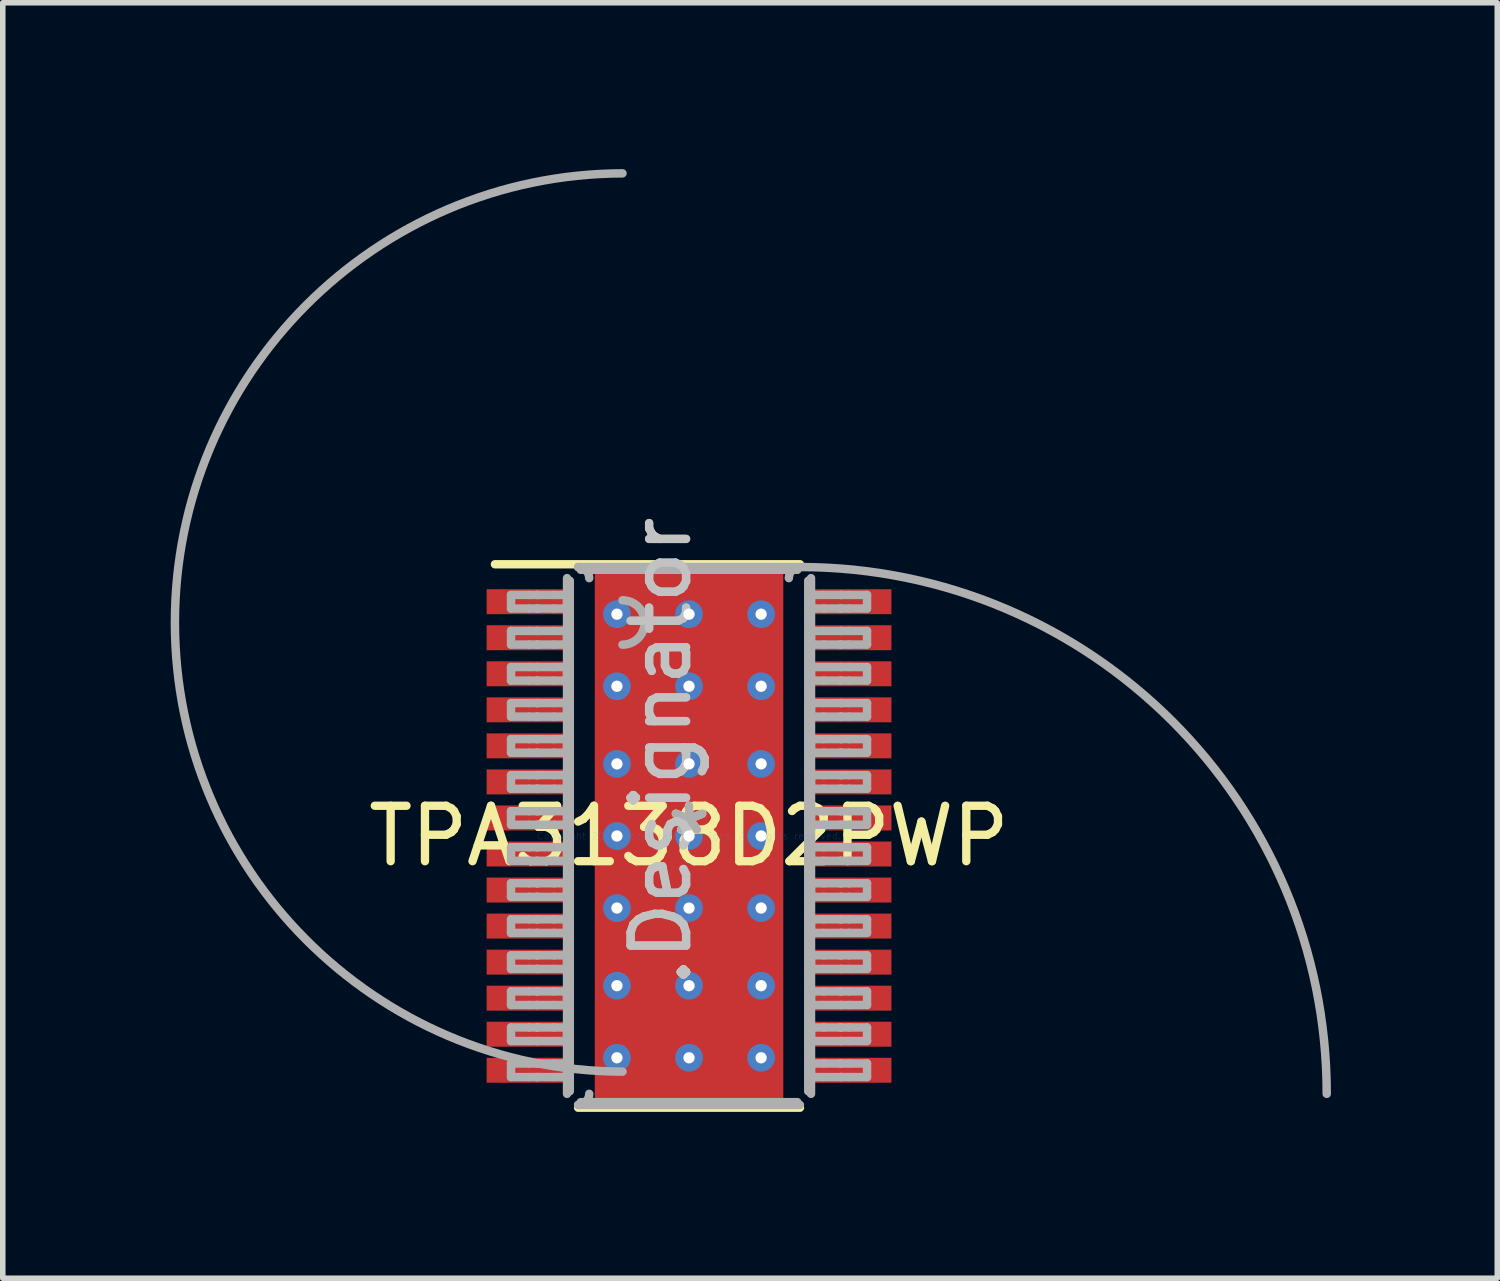
<source format=kicad_pcb>
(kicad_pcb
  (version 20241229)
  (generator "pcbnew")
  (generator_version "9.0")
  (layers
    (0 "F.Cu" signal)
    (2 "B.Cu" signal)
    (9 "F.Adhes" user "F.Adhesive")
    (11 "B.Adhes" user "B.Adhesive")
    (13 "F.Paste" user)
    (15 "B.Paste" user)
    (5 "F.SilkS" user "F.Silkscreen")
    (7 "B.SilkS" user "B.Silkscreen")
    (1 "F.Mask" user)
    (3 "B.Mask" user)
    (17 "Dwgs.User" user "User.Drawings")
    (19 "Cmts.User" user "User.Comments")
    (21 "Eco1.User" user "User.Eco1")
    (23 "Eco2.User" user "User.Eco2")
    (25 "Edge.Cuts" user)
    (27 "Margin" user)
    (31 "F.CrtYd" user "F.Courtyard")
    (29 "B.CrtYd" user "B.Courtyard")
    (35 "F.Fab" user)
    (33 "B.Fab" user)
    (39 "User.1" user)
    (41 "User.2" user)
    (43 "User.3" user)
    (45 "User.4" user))
  (footprint "TPA3138D2PWP"
    (layer "F.Cu")
    (at 9.376 12.026)
    (property "Reference" "TPA3138D2PWP" (at 0 0 0) (layer "F.SilkS") (effects (font (size 1 1) (thickness 0.15))))
    (attr through_hole)
    (fp_line (start -1.17 -1.473) (end -1.169 -1.482) (stroke (width 0.152) (type solid)) (layer "F.Mask"))
    (fp_line (start -1.17 1.473) (end -1.17 -1.473) (stroke (width 0.152) (type solid)) (layer "F.Mask"))
    (fp_line (start -1.169 -1.482) (end -1.166 -1.491) (stroke (width 0.152) (type solid)) (layer "F.Mask"))
    (fp_line (start -1.169 1.482) (end -1.17 1.473) (stroke (width 0.152) (type solid)) (layer "F.Mask"))
    (fp_line (start -1.166 -1.491) (end -1.162 -1.499) (stroke (width 0.152) (type solid)) (layer "F.Mask"))
    (fp_line (start -1.166 1.491) (end -1.169 1.482) (stroke (width 0.152) (type solid)) (layer "F.Mask"))
    (fp_line (start -1.162 -1.499) (end -1.156 -1.506) (stroke (width 0.152) (type solid)) (layer "F.Mask"))
    (fp_line (start -1.162 1.499) (end -1.166 1.491) (stroke (width 0.152) (type solid)) (layer "F.Mask"))
    (fp_line (start -1.156 -1.506) (end -1.149 -1.512) (stroke (width 0.152) (type solid)) (layer "F.Mask"))
    (fp_line (start -1.156 1.506) (end -1.162 1.499) (stroke (width 0.152) (type solid)) (layer "F.Mask"))
    (fp_line (start -1.149 -1.512) (end -1.141 -1.516) (stroke (width 0.152) (type solid)) (layer "F.Mask"))
    (fp_line (start -1.149 1.512) (end -1.156 1.506) (stroke (width 0.152) (type solid)) (layer "F.Mask"))
    (fp_line (start -1.141 -1.516) (end -1.132 -1.519) (stroke (width 0.152) (type solid)) (layer "F.Mask"))
    (fp_line (start -1.141 1.516) (end -1.149 1.512) (stroke (width 0.152) (type solid)) (layer "F.Mask"))
    (fp_line (start -1.132 -1.519) (end -1.123 -1.52) (stroke (width 0.152) (type solid)) (layer "F.Mask"))
    (fp_line (start -1.132 1.519) (end -1.141 1.516) (stroke (width 0.152) (type solid)) (layer "F.Mask"))
    (fp_line (start -1.123 -1.52) (end 1.123 -1.52) (stroke (width 0.152) (type solid)) (layer "F.Mask"))
    (fp_line (start -1.123 1.52) (end -1.132 1.519) (stroke (width 0.152) (type solid)) (layer "F.Mask"))
    (fp_line (start 1.123 -1.52) (end 1.132 -1.519) (stroke (width 0.152) (type solid)) (layer "F.Mask"))
    (fp_line (start 1.123 1.52) (end -1.123 1.52) (stroke (width 0.152) (type solid)) (layer "F.Mask"))
    (fp_line (start 1.132 -1.519) (end 1.141 -1.516) (stroke (width 0.152) (type solid)) (layer "F.Mask"))
    (fp_line (start 1.132 1.519) (end 1.123 1.52) (stroke (width 0.152) (type solid)) (layer "F.Mask"))
    (fp_line (start 1.141 -1.516) (end 1.149 -1.512) (stroke (width 0.152) (type solid)) (layer "F.Mask"))
    (fp_line (start 1.141 1.516) (end 1.132 1.519) (stroke (width 0.152) (type solid)) (layer "F.Mask"))
    (fp_line (start 1.149 -1.512) (end 1.156 -1.506) (stroke (width 0.152) (type solid)) (layer "F.Mask"))
    (fp_line (start 1.149 1.512) (end 1.141 1.516) (stroke (width 0.152) (type solid)) (layer "F.Mask"))
    (fp_line (start 1.156 -1.506) (end 1.162 -1.499) (stroke (width 0.152) (type solid)) (layer "F.Mask"))
    (fp_line (start 1.156 1.506) (end 1.149 1.512) (stroke (width 0.152) (type solid)) (layer "F.Mask"))
    (fp_line (start 1.162 -1.499) (end 1.166 -1.491) (stroke (width 0.152) (type solid)) (layer "F.Mask"))
    (fp_line (start 1.162 1.499) (end 1.156 1.506) (stroke (width 0.152) (type solid)) (layer "F.Mask"))
    (fp_line (start 1.166 -1.491) (end 1.169 -1.482) (stroke (width 0.152) (type solid)) (layer "F.Mask"))
    (fp_line (start 1.166 1.491) (end 1.162 1.499) (stroke (width 0.152) (type solid)) (layer "F.Mask"))
    (fp_line (start 1.169 -1.482) (end 1.17 -1.473) (stroke (width 0.152) (type solid)) (layer "F.Mask"))
    (fp_line (start 1.169 1.482) (end 1.166 1.491) (stroke (width 0.152) (type solid)) (layer "F.Mask"))
    (fp_line (start 1.17 -1.473) (end 1.17 1.473) (stroke (width 0.152) (type solid)) (layer "F.Mask"))
    (fp_line (start 1.17 1.473) (end 1.169 1.482) (stroke (width 0.152) (type solid)) (layer "F.Mask"))
    (fp_line (start -3.5 -4.9) (end 2 -4.9) (stroke (width 0.152) (type solid)) (layer "F.SilkS"))
    (fp_line (start -2 4.9) (end 2 4.9) (stroke (width 0.152) (type solid)) (layer "F.SilkS"))
    (fp_line (start -1.17 -1.473) (end -1.169 -1.482) (stroke (width 0.152) (type solid)) (layer "F.Paste"))
    (fp_line (start -1.17 1.473) (end -1.17 -1.473) (stroke (width 0.152) (type solid)) (layer "F.Paste"))
    (fp_line (start -1.169 -1.482) (end -1.166 -1.491) (stroke (width 0.152) (type solid)) (layer "F.Paste"))
    (fp_line (start -1.169 1.482) (end -1.17 1.473) (stroke (width 0.152) (type solid)) (layer "F.Paste"))
    (fp_line (start -1.166 -1.491) (end -1.162 -1.499) (stroke (width 0.152) (type solid)) (layer "F.Paste"))
    (fp_line (start -1.166 1.491) (end -1.169 1.482) (stroke (width 0.152) (type solid)) (layer "F.Paste"))
    (fp_line (start -1.162 -1.499) (end -1.156 -1.506) (stroke (width 0.152) (type solid)) (layer "F.Paste"))
    (fp_line (start -1.162 1.499) (end -1.166 1.491) (stroke (width 0.152) (type solid)) (layer "F.Paste"))
    (fp_line (start -1.156 -1.506) (end -1.149 -1.512) (stroke (width 0.152) (type solid)) (layer "F.Paste"))
    (fp_line (start -1.156 1.506) (end -1.162 1.499) (stroke (width 0.152) (type solid)) (layer "F.Paste"))
    (fp_line (start -1.149 -1.512) (end -1.141 -1.516) (stroke (width 0.152) (type solid)) (layer "F.Paste"))
    (fp_line (start -1.149 1.512) (end -1.156 1.506) (stroke (width 0.152) (type solid)) (layer "F.Paste"))
    (fp_line (start -1.141 -1.516) (end -1.132 -1.519) (stroke (width 0.152) (type solid)) (layer "F.Paste"))
    (fp_line (start -1.141 1.516) (end -1.149 1.512) (stroke (width 0.152) (type solid)) (layer "F.Paste"))
    (fp_line (start -1.132 -1.519) (end -1.123 -1.52) (stroke (width 0.152) (type solid)) (layer "F.Paste"))
    (fp_line (start -1.132 1.519) (end -1.141 1.516) (stroke (width 0.152) (type solid)) (layer "F.Paste"))
    (fp_line (start -1.123 -1.52) (end 1.123 -1.52) (stroke (width 0.152) (type solid)) (layer "F.Paste"))
    (fp_line (start -1.123 1.52) (end -1.132 1.519) (stroke (width 0.152) (type solid)) (layer "F.Paste"))
    (fp_line (start 1.123 -1.52) (end 1.132 -1.519) (stroke (width 0.152) (type solid)) (layer "F.Paste"))
    (fp_line (start 1.123 1.52) (end -1.123 1.52) (stroke (width 0.152) (type solid)) (layer "F.Paste"))
    (fp_line (start 1.132 -1.519) (end 1.141 -1.516) (stroke (width 0.152) (type solid)) (layer "F.Paste"))
    (fp_line (start 1.132 1.519) (end 1.123 1.52) (stroke (width 0.152) (type solid)) (layer "F.Paste"))
    (fp_line (start 1.141 -1.516) (end 1.149 -1.512) (stroke (width 0.152) (type solid)) (layer "F.Paste"))
    (fp_line (start 1.141 1.516) (end 1.132 1.519) (stroke (width 0.152) (type solid)) (layer "F.Paste"))
    (fp_line (start 1.149 -1.512) (end 1.156 -1.506) (stroke (width 0.152) (type solid)) (layer "F.Paste"))
    (fp_line (start 1.149 1.512) (end 1.141 1.516) (stroke (width 0.152) (type solid)) (layer "F.Paste"))
    (fp_line (start 1.156 -1.506) (end 1.162 -1.499) (stroke (width 0.152) (type solid)) (layer "F.Paste"))
    (fp_line (start 1.156 1.506) (end 1.149 1.512) (stroke (width 0.152) (type solid)) (layer "F.Paste"))
    (fp_line (start 1.162 -1.499) (end 1.166 -1.491) (stroke (width 0.152) (type solid)) (layer "F.Paste"))
    (fp_line (start 1.162 1.499) (end 1.156 1.506) (stroke (width 0.152) (type solid)) (layer "F.Paste"))
    (fp_line (start 1.166 -1.491) (end 1.169 -1.482) (stroke (width 0.152) (type solid)) (layer "F.Paste"))
    (fp_line (start 1.166 1.491) (end 1.162 1.499) (stroke (width 0.152) (type solid)) (layer "F.Paste"))
    (fp_line (start 1.169 -1.482) (end 1.17 -1.473) (stroke (width 0.152) (type solid)) (layer "F.Paste"))
    (fp_line (start 1.169 1.482) (end 1.166 1.491) (stroke (width 0.152) (type solid)) (layer "F.Paste"))
    (fp_line (start 1.17 -1.473) (end 1.17 1.473) (stroke (width 0.152) (type solid)) (layer "F.Paste"))
    (fp_line (start 1.17 1.473) (end 1.169 1.482) (stroke (width 0.152) (type solid)) (layer "F.Paste"))
    (fp_line (start -3.21 -4.347) (end -2.887 -4.347) (stroke (width 0.152) (type solid)) (layer "F.Fab"))
    (fp_line (start -3.21 -4.102) (end -3.21 -4.347) (stroke (width 0.152) (type solid)) (layer "F.Fab"))
    (fp_line (start -3.21 -4.102) (end -2.887 -4.102) (stroke (width 0.152) (type solid)) (layer "F.Fab"))
    (fp_line (start -3.21 -3.698) (end -2.887 -3.698) (stroke (width 0.152) (type solid)) (layer "F.Fab"))
    (fp_line (start -3.21 -3.452) (end -3.21 -3.698) (stroke (width 0.152) (type solid)) (layer "F.Fab"))
    (fp_line (start -3.21 -3.452) (end -2.887 -3.452) (stroke (width 0.152) (type solid)) (layer "F.Fab"))
    (fp_line (start -3.21 -3.047) (end -2.887 -3.047) (stroke (width 0.152) (type solid)) (layer "F.Fab"))
    (fp_line (start -3.21 -2.802) (end -3.21 -3.047) (stroke (width 0.152) (type solid)) (layer "F.Fab"))
    (fp_line (start -3.21 -2.802) (end -2.887 -2.802) (stroke (width 0.152) (type solid)) (layer "F.Fab"))
    (fp_line (start -3.21 -2.397) (end -2.887 -2.397) (stroke (width 0.152) (type solid)) (layer "F.Fab"))
    (fp_line (start -3.21 -2.152) (end -3.21 -2.397) (stroke (width 0.152) (type solid)) (layer "F.Fab"))
    (fp_line (start -3.21 -2.152) (end -2.887 -2.152) (stroke (width 0.152) (type solid)) (layer "F.Fab"))
    (fp_line (start -3.21 -1.747) (end -2.887 -1.747) (stroke (width 0.152) (type solid)) (layer "F.Fab"))
    (fp_line (start -3.21 -1.502) (end -3.21 -1.747) (stroke (width 0.152) (type solid)) (layer "F.Fab"))
    (fp_line (start -3.21 -1.502) (end -2.887 -1.502) (stroke (width 0.152) (type solid)) (layer "F.Fab"))
    (fp_line (start -3.21 -1.097) (end -2.887 -1.097) (stroke (width 0.152) (type solid)) (layer "F.Fab"))
    (fp_line (start -3.21 -0.852) (end -3.21 -1.097) (stroke (width 0.152) (type solid)) (layer "F.Fab"))
    (fp_line (start -3.21 -0.852) (end -2.887 -0.852) (stroke (width 0.152) (type solid)) (layer "F.Fab"))
    (fp_line (start -3.21 -0.447) (end -2.887 -0.447) (stroke (width 0.152) (type solid)) (layer "F.Fab"))
    (fp_line (start -3.21 -0.202) (end -3.21 -0.447) (stroke (width 0.152) (type solid)) (layer "F.Fab"))
    (fp_line (start -3.21 -0.202) (end -2.887 -0.202) (stroke (width 0.152) (type solid)) (layer "F.Fab"))
    (fp_line (start -3.21 0.203) (end -2.887 0.203) (stroke (width 0.152) (type solid)) (layer "F.Fab"))
    (fp_line (start -3.21 0.448) (end -3.21 0.203) (stroke (width 0.152) (type solid)) (layer "F.Fab"))
    (fp_line (start -3.21 0.448) (end -2.887 0.448) (stroke (width 0.152) (type solid)) (layer "F.Fab"))
    (fp_line (start -3.21 0.853) (end -2.887 0.853) (stroke (width 0.152) (type solid)) (layer "F.Fab"))
    (fp_line (start -3.21 1.098) (end -3.21 0.853) (stroke (width 0.152) (type solid)) (layer "F.Fab"))
    (fp_line (start -3.21 1.098) (end -2.887 1.098) (stroke (width 0.152) (type solid)) (layer "F.Fab"))
    (fp_line (start -3.21 1.503) (end -2.887 1.503) (stroke (width 0.152) (type solid)) (layer "F.Fab"))
    (fp_line (start -3.21 1.748) (end -3.21 1.503) (stroke (width 0.152) (type solid)) (layer "F.Fab"))
    (fp_line (start -3.21 1.748) (end -2.887 1.748) (stroke (width 0.152) (type solid)) (layer "F.Fab"))
    (fp_line (start -3.21 2.152) (end -2.887 2.152) (stroke (width 0.152) (type solid)) (layer "F.Fab"))
    (fp_line (start -3.21 2.398) (end -3.21 2.152) (stroke (width 0.152) (type solid)) (layer "F.Fab"))
    (fp_line (start -3.21 2.398) (end -2.887 2.398) (stroke (width 0.152) (type solid)) (layer "F.Fab"))
    (fp_line (start -3.21 2.803) (end -2.887 2.803) (stroke (width 0.152) (type solid)) (layer "F.Fab"))
    (fp_line (start -3.21 3.048) (end -3.21 2.803) (stroke (width 0.152) (type solid)) (layer "F.Fab"))
    (fp_line (start -3.21 3.048) (end -2.887 3.048) (stroke (width 0.152) (type solid)) (layer "F.Fab"))
    (fp_line (start -3.21 3.453) (end -2.887 3.453) (stroke (width 0.152) (type solid)) (layer "F.Fab"))
    (fp_line (start -3.21 3.698) (end -3.21 3.453) (stroke (width 0.152) (type solid)) (layer "F.Fab"))
    (fp_line (start -3.21 3.698) (end -2.887 3.698) (stroke (width 0.152) (type solid)) (layer "F.Fab"))
    (fp_line (start -3.21 4.103) (end -2.887 4.103) (stroke (width 0.152) (type solid)) (layer "F.Fab"))
    (fp_line (start -3.21 4.348) (end -3.21 4.103) (stroke (width 0.152) (type solid)) (layer "F.Fab"))
    (fp_line (start -3.21 4.348) (end -2.887 4.348) (stroke (width 0.152) (type solid)) (layer "F.Fab"))
    (fp_line (start -2.887 -4.347) (end -2.739 -4.347) (stroke (width 0.152) (type solid)) (layer "F.Fab"))
    (fp_line (start -2.887 -4.102) (end -2.739 -4.102) (stroke (width 0.152) (type solid)) (layer "F.Fab"))
    (fp_line (start -2.887 -3.698) (end -2.739 -3.698) (stroke (width 0.152) (type solid)) (layer "F.Fab"))
    (fp_line (start -2.887 -3.452) (end -2.739 -3.452) (stroke (width 0.152) (type solid)) (layer "F.Fab"))
    (fp_line (start -2.887 -3.047) (end -2.739 -3.047) (stroke (width 0.152) (type solid)) (layer "F.Fab"))
    (fp_line (start -2.887 -2.802) (end -2.739 -2.802) (stroke (width 0.152) (type solid)) (layer "F.Fab"))
    (fp_line (start -2.887 -2.397) (end -2.739 -2.397) (stroke (width 0.152) (type solid)) (layer "F.Fab"))
    (fp_line (start -2.887 -2.152) (end -2.739 -2.152) (stroke (width 0.152) (type solid)) (layer "F.Fab"))
    (fp_line (start -2.887 -1.747) (end -2.739 -1.747) (stroke (width 0.152) (type solid)) (layer "F.Fab"))
    (fp_line (start -2.887 -1.502) (end -2.739 -1.502) (stroke (width 0.152) (type solid)) (layer "F.Fab"))
    (fp_line (start -2.887 -1.097) (end -2.739 -1.097) (stroke (width 0.152) (type solid)) (layer "F.Fab"))
    (fp_line (start -2.887 -0.852) (end -2.739 -0.852) (stroke (width 0.152) (type solid)) (layer "F.Fab"))
    (fp_line (start -2.887 -0.447) (end -2.739 -0.447) (stroke (width 0.152) (type solid)) (layer "F.Fab"))
    (fp_line (start -2.887 -0.202) (end -2.739 -0.202) (stroke (width 0.152) (type solid)) (layer "F.Fab"))
    (fp_line (start -2.887 0.203) (end -2.739 0.203) (stroke (width 0.152) (type solid)) (layer "F.Fab"))
    (fp_line (start -2.887 0.448) (end -2.739 0.448) (stroke (width 0.152) (type solid)) (layer "F.Fab"))
    (fp_line (start -2.887 0.853) (end -2.739 0.853) (stroke (width 0.152) (type solid)) (layer "F.Fab"))
    (fp_line (start -2.887 1.098) (end -2.739 1.098) (stroke (width 0.152) (type solid)) (layer "F.Fab"))
    (fp_line (start -2.887 1.503) (end -2.739 1.503) (stroke (width 0.152) (type solid)) (layer "F.Fab"))
    (fp_line (start -2.887 1.748) (end -2.739 1.748) (stroke (width 0.152) (type solid)) (layer "F.Fab"))
    (fp_line (start -2.887 2.152) (end -2.739 2.152) (stroke (width 0.152) (type solid)) (layer "F.Fab"))
    (fp_line (start -2.887 2.398) (end -2.739 2.398) (stroke (width 0.152) (type solid)) (layer "F.Fab"))
    (fp_line (start -2.887 2.803) (end -2.739 2.803) (stroke (width 0.152) (type solid)) (layer "F.Fab"))
    (fp_line (start -2.887 3.048) (end -2.739 3.048) (stroke (width 0.152) (type solid)) (layer "F.Fab"))
    (fp_line (start -2.887 3.453) (end -2.739 3.453) (stroke (width 0.152) (type solid)) (layer "F.Fab"))
    (fp_line (start -2.887 3.698) (end -2.739 3.698) (stroke (width 0.152) (type solid)) (layer "F.Fab"))
    (fp_line (start -2.887 4.103) (end -2.739 4.103) (stroke (width 0.152) (type solid)) (layer "F.Fab"))
    (fp_line (start -2.887 4.348) (end -2.739 4.348) (stroke (width 0.152) (type solid)) (layer "F.Fab"))
    (fp_line (start -2.739 -4.347) (end -2.733 -4.347) (stroke (width 0.152) (type solid)) (layer "F.Fab"))
    (fp_line (start -2.739 -4.102) (end -2.733 -4.102) (stroke (width 0.152) (type solid)) (layer "F.Fab"))
    (fp_line (start -2.739 -3.698) (end -2.733 -3.698) (stroke (width 0.152) (type solid)) (layer "F.Fab"))
    (fp_line (start -2.739 -3.452) (end -2.733 -3.452) (stroke (width 0.152) (type solid)) (layer "F.Fab"))
    (fp_line (start -2.739 -3.047) (end -2.733 -3.047) (stroke (width 0.152) (type solid)) (layer "F.Fab"))
    (fp_line (start -2.739 -2.802) (end -2.733 -2.802) (stroke (width 0.152) (type solid)) (layer "F.Fab"))
    (fp_line (start -2.739 -2.397) (end -2.733 -2.397) (stroke (width 0.152) (type solid)) (layer "F.Fab"))
    (fp_line (start -2.739 -2.152) (end -2.733 -2.152) (stroke (width 0.152) (type solid)) (layer "F.Fab"))
    (fp_line (start -2.739 -1.747) (end -2.733 -1.747) (stroke (width 0.152) (type solid)) (layer "F.Fab"))
    (fp_line (start -2.739 -1.502) (end -2.733 -1.502) (stroke (width 0.152) (type solid)) (layer "F.Fab"))
    (fp_line (start -2.739 -1.097) (end -2.733 -1.097) (stroke (width 0.152) (type solid)) (layer "F.Fab"))
    (fp_line (start -2.739 -0.852) (end -2.733 -0.852) (stroke (width 0.152) (type solid)) (layer "F.Fab"))
    (fp_line (start -2.739 -0.447) (end -2.733 -0.447) (stroke (width 0.152) (type solid)) (layer "F.Fab"))
    (fp_line (start -2.739 -0.202) (end -2.733 -0.202) (stroke (width 0.152) (type solid)) (layer "F.Fab"))
    (fp_line (start -2.739 0.203) (end -2.733 0.203) (stroke (width 0.152) (type solid)) (layer "F.Fab"))
    (fp_line (start -2.739 0.448) (end -2.733 0.448) (stroke (width 0.152) (type solid)) (layer "F.Fab"))
    (fp_line (start -2.739 0.853) (end -2.733 0.853) (stroke (width 0.152) (type solid)) (layer "F.Fab"))
    (fp_line (start -2.739 1.098) (end -2.733 1.098) (stroke (width 0.152) (type solid)) (layer "F.Fab"))
    (fp_line (start -2.739 1.503) (end -2.733 1.503) (stroke (width 0.152) (type solid)) (layer "F.Fab"))
    (fp_line (start -2.739 1.748) (end -2.733 1.748) (stroke (width 0.152) (type solid)) (layer "F.Fab"))
    (fp_line (start -2.739 2.152) (end -2.733 2.152) (stroke (width 0.152) (type solid)) (layer "F.Fab"))
    (fp_line (start -2.739 2.398) (end -2.733 2.398) (stroke (width 0.152) (type solid)) (layer "F.Fab"))
    (fp_line (start -2.739 2.803) (end -2.733 2.803) (stroke (width 0.152) (type solid)) (layer "F.Fab"))
    (fp_line (start -2.739 3.048) (end -2.733 3.048) (stroke (width 0.152) (type solid)) (layer "F.Fab"))
    (fp_line (start -2.739 3.453) (end -2.733 3.453) (stroke (width 0.152) (type solid)) (layer "F.Fab"))
    (fp_line (start -2.739 3.698) (end -2.733 3.698) (stroke (width 0.152) (type solid)) (layer "F.Fab"))
    (fp_line (start -2.739 4.103) (end -2.733 4.103) (stroke (width 0.152) (type solid)) (layer "F.Fab"))
    (fp_line (start -2.739 4.348) (end -2.733 4.348) (stroke (width 0.152) (type solid)) (layer "F.Fab"))
    (fp_line (start -2.733 -4.347) (end -2.431 -4.347) (stroke (width 0.152) (type solid)) (layer "F.Fab"))
    (fp_line (start -2.733 -4.102) (end -2.431 -4.102) (stroke (width 0.152) (type solid)) (layer "F.Fab"))
    (fp_line (start -2.733 -3.698) (end -2.431 -3.698) (stroke (width 0.152) (type solid)) (layer "F.Fab"))
    (fp_line (start -2.733 -3.452) (end -2.431 -3.452) (stroke (width 0.152) (type solid)) (layer "F.Fab"))
    (fp_line (start -2.733 -3.047) (end -2.431 -3.047) (stroke (width 0.152) (type solid)) (layer "F.Fab"))
    (fp_line (start -2.733 -2.802) (end -2.431 -2.802) (stroke (width 0.152) (type solid)) (layer "F.Fab"))
    (fp_line (start -2.733 -2.397) (end -2.431 -2.397) (stroke (width 0.152) (type solid)) (layer "F.Fab"))
    (fp_line (start -2.733 -2.152) (end -2.431 -2.152) (stroke (width 0.152) (type solid)) (layer "F.Fab"))
    (fp_line (start -2.733 -1.747) (end -2.431 -1.747) (stroke (width 0.152) (type solid)) (layer "F.Fab"))
    (fp_line (start -2.733 -1.502) (end -2.431 -1.502) (stroke (width 0.152) (type solid)) (layer "F.Fab"))
    (fp_line (start -2.733 -1.097) (end -2.431 -1.097) (stroke (width 0.152) (type solid)) (layer "F.Fab"))
    (fp_line (start -2.733 -0.852) (end -2.431 -0.852) (stroke (width 0.152) (type solid)) (layer "F.Fab"))
    (fp_line (start -2.733 -0.447) (end -2.431 -0.447) (stroke (width 0.152) (type solid)) (layer "F.Fab"))
    (fp_line (start -2.733 -0.202) (end -2.431 -0.202) (stroke (width 0.152) (type solid)) (layer "F.Fab"))
    (fp_line (start -2.733 0.203) (end -2.431 0.203) (stroke (width 0.152) (type solid)) (layer "F.Fab"))
    (fp_line (start -2.733 0.448) (end -2.431 0.448) (stroke (width 0.152) (type solid)) (layer "F.Fab"))
    (fp_line (start -2.733 0.853) (end -2.431 0.853) (stroke (width 0.152) (type solid)) (layer "F.Fab"))
    (fp_line (start -2.733 1.098) (end -2.431 1.098) (stroke (width 0.152) (type solid)) (layer "F.Fab"))
    (fp_line (start -2.733 1.503) (end -2.431 1.503) (stroke (width 0.152) (type solid)) (layer "F.Fab"))
    (fp_line (start -2.733 1.748) (end -2.431 1.748) (stroke (width 0.152) (type solid)) (layer "F.Fab"))
    (fp_line (start -2.733 2.152) (end -2.431 2.152) (stroke (width 0.152) (type solid)) (layer "F.Fab"))
    (fp_line (start -2.733 2.398) (end -2.431 2.398) (stroke (width 0.152) (type solid)) (layer "F.Fab"))
    (fp_line (start -2.733 2.803) (end -2.431 2.803) (stroke (width 0.152) (type solid)) (layer "F.Fab"))
    (fp_line (start -2.733 3.048) (end -2.431 3.048) (stroke (width 0.152) (type solid)) (layer "F.Fab"))
    (fp_line (start -2.733 3.453) (end -2.431 3.453) (stroke (width 0.152) (type solid)) (layer "F.Fab"))
    (fp_line (start -2.733 3.698) (end -2.431 3.698) (stroke (width 0.152) (type solid)) (layer "F.Fab"))
    (fp_line (start -2.733 4.103) (end -2.431 4.103) (stroke (width 0.152) (type solid)) (layer "F.Fab"))
    (fp_line (start -2.733 4.348) (end -2.431 4.348) (stroke (width 0.152) (type solid)) (layer "F.Fab"))
    (fp_line (start -2.431 -4.347) (end -2.2 -4.347) (stroke (width 0.152) (type solid)) (layer "F.Fab"))
    (fp_line (start -2.431 -4.102) (end -2.2 -4.102) (stroke (width 0.152) (type solid)) (layer "F.Fab"))
    (fp_line (start -2.431 -3.698) (end -2.2 -3.698) (stroke (width 0.152) (type solid)) (layer "F.Fab"))
    (fp_line (start -2.431 -3.452) (end -2.2 -3.452) (stroke (width 0.152) (type solid)) (layer "F.Fab"))
    (fp_line (start -2.431 -3.047) (end -2.2 -3.047) (stroke (width 0.152) (type solid)) (layer "F.Fab"))
    (fp_line (start -2.431 -2.802) (end -2.2 -2.802) (stroke (width 0.152) (type solid)) (layer "F.Fab"))
    (fp_line (start -2.431 -2.397) (end -2.2 -2.397) (stroke (width 0.152) (type solid)) (layer "F.Fab"))
    (fp_line (start -2.431 -2.152) (end -2.2 -2.152) (stroke (width 0.152) (type solid)) (layer "F.Fab"))
    (fp_line (start -2.431 -1.747) (end -2.2 -1.747) (stroke (width 0.152) (type solid)) (layer "F.Fab"))
    (fp_line (start -2.431 -1.502) (end -2.2 -1.502) (stroke (width 0.152) (type solid)) (layer "F.Fab"))
    (fp_line (start -2.431 -1.097) (end -2.2 -1.097) (stroke (width 0.152) (type solid)) (layer "F.Fab"))
    (fp_line (start -2.431 -0.852) (end -2.2 -0.852) (stroke (width 0.152) (type solid)) (layer "F.Fab"))
    (fp_line (start -2.431 -0.447) (end -2.2 -0.447) (stroke (width 0.152) (type solid)) (layer "F.Fab"))
    (fp_line (start -2.431 -0.202) (end -2.2 -0.202) (stroke (width 0.152) (type solid)) (layer "F.Fab"))
    (fp_line (start -2.431 0.203) (end -2.2 0.203) (stroke (width 0.152) (type solid)) (layer "F.Fab"))
    (fp_line (start -2.431 0.448) (end -2.2 0.448) (stroke (width 0.152) (type solid)) (layer "F.Fab"))
    (fp_line (start -2.431 0.853) (end -2.2 0.853) (stroke (width 0.152) (type solid)) (layer "F.Fab"))
    (fp_line (start -2.431 1.098) (end -2.2 1.098) (stroke (width 0.152) (type solid)) (layer "F.Fab"))
    (fp_line (start -2.431 1.503) (end -2.2 1.503) (stroke (width 0.152) (type solid)) (layer "F.Fab"))
    (fp_line (start -2.431 1.748) (end -2.2 1.748) (stroke (width 0.152) (type solid)) (layer "F.Fab"))
    (fp_line (start -2.431 2.152) (end -2.2 2.152) (stroke (width 0.152) (type solid)) (layer "F.Fab"))
    (fp_line (start -2.431 2.398) (end -2.2 2.398) (stroke (width 0.152) (type solid)) (layer "F.Fab"))
    (fp_line (start -2.431 2.803) (end -2.2 2.803) (stroke (width 0.152) (type solid)) (layer "F.Fab"))
    (fp_line (start -2.431 3.048) (end -2.2 3.048) (stroke (width 0.152) (type solid)) (layer "F.Fab"))
    (fp_line (start -2.431 3.453) (end -2.2 3.453) (stroke (width 0.152) (type solid)) (layer "F.Fab"))
    (fp_line (start -2.431 3.698) (end -2.2 3.698) (stroke (width 0.152) (type solid)) (layer "F.Fab"))
    (fp_line (start -2.431 4.103) (end -2.2 4.103) (stroke (width 0.152) (type solid)) (layer "F.Fab"))
    (fp_line (start -2.431 4.348) (end -2.2 4.348) (stroke (width 0.152) (type solid)) (layer "F.Fab"))
    (fp_line (start -2.2 -4.102) (end -2.2 -4.347) (stroke (width 0.152) (type solid)) (layer "F.Fab"))
    (fp_line (start -2.2 -3.452) (end -2.2 -3.698) (stroke (width 0.152) (type solid)) (layer "F.Fab"))
    (fp_line (start -2.2 -2.802) (end -2.2 -3.047) (stroke (width 0.152) (type solid)) (layer "F.Fab"))
    (fp_line (start -2.2 -2.152) (end -2.2 -2.397) (stroke (width 0.152) (type solid)) (layer "F.Fab"))
    (fp_line (start -2.2 -1.502) (end -2.2 -1.747) (stroke (width 0.152) (type solid)) (layer "F.Fab"))
    (fp_line (start -2.2 -0.852) (end -2.2 -1.097) (stroke (width 0.152) (type solid)) (layer "F.Fab"))
    (fp_line (start -2.2 -0.202) (end -2.2 -0.447) (stroke (width 0.152) (type solid)) (layer "F.Fab"))
    (fp_line (start -2.2 0.448) (end -2.2 0.203) (stroke (width 0.152) (type solid)) (layer "F.Fab"))
    (fp_line (start -2.2 1.098) (end -2.2 0.853) (stroke (width 0.152) (type solid)) (layer "F.Fab"))
    (fp_line (start -2.2 1.748) (end -2.2 1.503) (stroke (width 0.152) (type solid)) (layer "F.Fab"))
    (fp_line (start -2.2 2.398) (end -2.2 2.152) (stroke (width 0.152) (type solid)) (layer "F.Fab"))
    (fp_line (start -2.2 3.048) (end -2.2 2.803) (stroke (width 0.152) (type solid)) (layer "F.Fab"))
    (fp_line (start -2.2 3.698) (end -2.2 3.453) (stroke (width 0.152) (type solid)) (layer "F.Fab"))
    (fp_line (start -2.2 4.348) (end -2.2 4.103) (stroke (width 0.152) (type solid)) (layer "F.Fab"))
    (fp_line (start -2.2 4.65) (end -2.2 -4.65) (stroke (width 0.152) (type solid)) (layer "F.Fab"))
    (fp_line (start -2.15 4.604) (end -2.15 -4.604) (stroke (width 0.152) (type solid)) (layer "F.Fab"))
    (fp_line (start -2 -4.85) (end 2 -4.85) (stroke (width 0.152) (type solid)) (layer "F.Fab"))
    (fp_line (start -2 4.85) (end 2 4.85) (stroke (width 0.152) (type solid)) (layer "F.Fab"))
    (fp_line (start -1.954 -4.8) (end 1.954 -4.8) (stroke (width 0.152) (type solid)) (layer "F.Fab"))
    (fp_line (start -1.954 4.8) (end 1.954 4.8) (stroke (width 0.152) (type solid)) (layer "F.Fab"))
    (fp_line (start 2.15 4.604) (end 2.15 -4.604) (stroke (width 0.152) (type solid)) (layer "F.Fab"))
    (fp_line (start 2.2 -4.347) (end 2.43 -4.347) (stroke (width 0.152) (type solid)) (layer "F.Fab"))
    (fp_line (start 2.2 -4.102) (end 2.2 -4.347) (stroke (width 0.152) (type solid)) (layer "F.Fab"))
    (fp_line (start 2.2 -4.102) (end 2.43 -4.102) (stroke (width 0.152) (type solid)) (layer "F.Fab"))
    (fp_line (start 2.2 -3.698) (end 2.43 -3.698) (stroke (width 0.152) (type solid)) (layer "F.Fab"))
    (fp_line (start 2.2 -3.452) (end 2.2 -3.698) (stroke (width 0.152) (type solid)) (layer "F.Fab"))
    (fp_line (start 2.2 -3.452) (end 2.43 -3.452) (stroke (width 0.152) (type solid)) (layer "F.Fab"))
    (fp_line (start 2.2 -3.047) (end 2.43 -3.047) (stroke (width 0.152) (type solid)) (layer "F.Fab"))
    (fp_line (start 2.2 -2.802) (end 2.2 -3.047) (stroke (width 0.152) (type solid)) (layer "F.Fab"))
    (fp_line (start 2.2 -2.802) (end 2.43 -2.802) (stroke (width 0.152) (type solid)) (layer "F.Fab"))
    (fp_line (start 2.2 -2.397) (end 2.43 -2.397) (stroke (width 0.152) (type solid)) (layer "F.Fab"))
    (fp_line (start 2.2 -2.152) (end 2.2 -2.397) (stroke (width 0.152) (type solid)) (layer "F.Fab"))
    (fp_line (start 2.2 -2.152) (end 2.43 -2.152) (stroke (width 0.152) (type solid)) (layer "F.Fab"))
    (fp_line (start 2.2 -1.747) (end 2.43 -1.747) (stroke (width 0.152) (type solid)) (layer "F.Fab"))
    (fp_line (start 2.2 -1.502) (end 2.2 -1.747) (stroke (width 0.152) (type solid)) (layer "F.Fab"))
    (fp_line (start 2.2 -1.502) (end 2.43 -1.502) (stroke (width 0.152) (type solid)) (layer "F.Fab"))
    (fp_line (start 2.2 -1.097) (end 2.43 -1.097) (stroke (width 0.152) (type solid)) (layer "F.Fab"))
    (fp_line (start 2.2 -0.852) (end 2.2 -1.097) (stroke (width 0.152) (type solid)) (layer "F.Fab"))
    (fp_line (start 2.2 -0.852) (end 2.43 -0.852) (stroke (width 0.152) (type solid)) (layer "F.Fab"))
    (fp_line (start 2.2 -0.447) (end 2.43 -0.447) (stroke (width 0.152) (type solid)) (layer "F.Fab"))
    (fp_line (start 2.2 -0.202) (end 2.2 -0.447) (stroke (width 0.152) (type solid)) (layer "F.Fab"))
    (fp_line (start 2.2 -0.202) (end 2.43 -0.202) (stroke (width 0.152) (type solid)) (layer "F.Fab"))
    (fp_line (start 2.2 0.203) (end 2.43 0.203) (stroke (width 0.152) (type solid)) (layer "F.Fab"))
    (fp_line (start 2.2 0.448) (end 2.2 0.203) (stroke (width 0.152) (type solid)) (layer "F.Fab"))
    (fp_line (start 2.2 0.448) (end 2.43 0.448) (stroke (width 0.152) (type solid)) (layer "F.Fab"))
    (fp_line (start 2.2 0.853) (end 2.43 0.853) (stroke (width 0.152) (type solid)) (layer "F.Fab"))
    (fp_line (start 2.2 1.098) (end 2.2 0.853) (stroke (width 0.152) (type solid)) (layer "F.Fab"))
    (fp_line (start 2.2 1.098) (end 2.43 1.098) (stroke (width 0.152) (type solid)) (layer "F.Fab"))
    (fp_line (start 2.2 1.503) (end 2.43 1.503) (stroke (width 0.152) (type solid)) (layer "F.Fab"))
    (fp_line (start 2.2 1.748) (end 2.2 1.503) (stroke (width 0.152) (type solid)) (layer "F.Fab"))
    (fp_line (start 2.2 1.748) (end 2.43 1.748) (stroke (width 0.152) (type solid)) (layer "F.Fab"))
    (fp_line (start 2.2 2.152) (end 2.43 2.152) (stroke (width 0.152) (type solid)) (layer "F.Fab"))
    (fp_line (start 2.2 2.398) (end 2.2 2.152) (stroke (width 0.152) (type solid)) (layer "F.Fab"))
    (fp_line (start 2.2 2.398) (end 2.43 2.398) (stroke (width 0.152) (type solid)) (layer "F.Fab"))
    (fp_line (start 2.2 2.803) (end 2.43 2.803) (stroke (width 0.152) (type solid)) (layer "F.Fab"))
    (fp_line (start 2.2 3.048) (end 2.2 2.803) (stroke (width 0.152) (type solid)) (layer "F.Fab"))
    (fp_line (start 2.2 3.048) (end 2.43 3.048) (stroke (width 0.152) (type solid)) (layer "F.Fab"))
    (fp_line (start 2.2 3.453) (end 2.43 3.453) (stroke (width 0.152) (type solid)) (layer "F.Fab"))
    (fp_line (start 2.2 3.698) (end 2.2 3.453) (stroke (width 0.152) (type solid)) (layer "F.Fab"))
    (fp_line (start 2.2 3.698) (end 2.43 3.698) (stroke (width 0.152) (type solid)) (layer "F.Fab"))
    (fp_line (start 2.2 4.103) (end 2.43 4.103) (stroke (width 0.152) (type solid)) (layer "F.Fab"))
    (fp_line (start 2.2 4.348) (end 2.2 4.103) (stroke (width 0.152) (type solid)) (layer "F.Fab"))
    (fp_line (start 2.2 4.348) (end 2.43 4.348) (stroke (width 0.152) (type solid)) (layer "F.Fab"))
    (fp_line (start 2.2 4.65) (end 2.2 -4.65) (stroke (width 0.152) (type solid)) (layer "F.Fab"))
    (fp_line (start 2.43 -4.347) (end 2.733 -4.347) (stroke (width 0.152) (type solid)) (layer "F.Fab"))
    (fp_line (start 2.43 -4.102) (end 2.733 -4.102) (stroke (width 0.152) (type solid)) (layer "F.Fab"))
    (fp_line (start 2.43 -3.698) (end 2.733 -3.698) (stroke (width 0.152) (type solid)) (layer "F.Fab"))
    (fp_line (start 2.43 -3.452) (end 2.733 -3.452) (stroke (width 0.152) (type solid)) (layer "F.Fab"))
    (fp_line (start 2.43 -3.047) (end 2.733 -3.047) (stroke (width 0.152) (type solid)) (layer "F.Fab"))
    (fp_line (start 2.43 -2.802) (end 2.733 -2.802) (stroke (width 0.152) (type solid)) (layer "F.Fab"))
    (fp_line (start 2.43 -2.397) (end 2.733 -2.397) (stroke (width 0.152) (type solid)) (layer "F.Fab"))
    (fp_line (start 2.43 -2.152) (end 2.733 -2.152) (stroke (width 0.152) (type solid)) (layer "F.Fab"))
    (fp_line (start 2.43 -1.747) (end 2.733 -1.747) (stroke (width 0.152) (type solid)) (layer "F.Fab"))
    (fp_line (start 2.43 -1.502) (end 2.733 -1.502) (stroke (width 0.152) (type solid)) (layer "F.Fab"))
    (fp_line (start 2.43 -1.097) (end 2.733 -1.097) (stroke (width 0.152) (type solid)) (layer "F.Fab"))
    (fp_line (start 2.43 -0.852) (end 2.733 -0.852) (stroke (width 0.152) (type solid)) (layer "F.Fab"))
    (fp_line (start 2.43 -0.447) (end 2.733 -0.447) (stroke (width 0.152) (type solid)) (layer "F.Fab"))
    (fp_line (start 2.43 -0.202) (end 2.733 -0.202) (stroke (width 0.152) (type solid)) (layer "F.Fab"))
    (fp_line (start 2.43 0.203) (end 2.733 0.203) (stroke (width 0.152) (type solid)) (layer "F.Fab"))
    (fp_line (start 2.43 0.448) (end 2.733 0.448) (stroke (width 0.152) (type solid)) (layer "F.Fab"))
    (fp_line (start 2.43 0.853) (end 2.733 0.853) (stroke (width 0.152) (type solid)) (layer "F.Fab"))
    (fp_line (start 2.43 1.098) (end 2.733 1.098) (stroke (width 0.152) (type solid)) (layer "F.Fab"))
    (fp_line (start 2.43 1.503) (end 2.733 1.503) (stroke (width 0.152) (type solid)) (layer "F.Fab"))
    (fp_line (start 2.43 1.748) (end 2.733 1.748) (stroke (width 0.152) (type solid)) (layer "F.Fab"))
    (fp_line (start 2.43 2.152) (end 2.733 2.152) (stroke (width 0.152) (type solid)) (layer "F.Fab"))
    (fp_line (start 2.43 2.398) (end 2.733 2.398) (stroke (width 0.152) (type solid)) (layer "F.Fab"))
    (fp_line (start 2.43 2.803) (end 2.733 2.803) (stroke (width 0.152) (type solid)) (layer "F.Fab"))
    (fp_line (start 2.43 3.048) (end 2.733 3.048) (stroke (width 0.152) (type solid)) (layer "F.Fab"))
    (fp_line (start 2.43 3.453) (end 2.733 3.453) (stroke (width 0.152) (type solid)) (layer "F.Fab"))
    (fp_line (start 2.43 3.698) (end 2.733 3.698) (stroke (width 0.152) (type solid)) (layer "F.Fab"))
    (fp_line (start 2.43 4.103) (end 2.733 4.103) (stroke (width 0.152) (type solid)) (layer "F.Fab"))
    (fp_line (start 2.43 4.348) (end 2.733 4.348) (stroke (width 0.152) (type solid)) (layer "F.Fab"))
    (fp_line (start 2.733 -4.347) (end 2.739 -4.347) (stroke (width 0.152) (type solid)) (layer "F.Fab"))
    (fp_line (start 2.733 -4.102) (end 2.739 -4.102) (stroke (width 0.152) (type solid)) (layer "F.Fab"))
    (fp_line (start 2.733 -3.698) (end 2.739 -3.698) (stroke (width 0.152) (type solid)) (layer "F.Fab"))
    (fp_line (start 2.733 -3.452) (end 2.739 -3.452) (stroke (width 0.152) (type solid)) (layer "F.Fab"))
    (fp_line (start 2.733 -3.047) (end 2.739 -3.047) (stroke (width 0.152) (type solid)) (layer "F.Fab"))
    (fp_line (start 2.733 -2.802) (end 2.739 -2.802) (stroke (width 0.152) (type solid)) (layer "F.Fab"))
    (fp_line (start 2.733 -2.397) (end 2.739 -2.397) (stroke (width 0.152) (type solid)) (layer "F.Fab"))
    (fp_line (start 2.733 -2.152) (end 2.739 -2.152) (stroke (width 0.152) (type solid)) (layer "F.Fab"))
    (fp_line (start 2.733 -1.747) (end 2.739 -1.747) (stroke (width 0.152) (type solid)) (layer "F.Fab"))
    (fp_line (start 2.733 -1.502) (end 2.739 -1.502) (stroke (width 0.152) (type solid)) (layer "F.Fab"))
    (fp_line (start 2.733 -1.097) (end 2.739 -1.097) (stroke (width 0.152) (type solid)) (layer "F.Fab"))
    (fp_line (start 2.733 -0.852) (end 2.739 -0.852) (stroke (width 0.152) (type solid)) (layer "F.Fab"))
    (fp_line (start 2.733 -0.447) (end 2.739 -0.447) (stroke (width 0.152) (type solid)) (layer "F.Fab"))
    (fp_line (start 2.733 -0.202) (end 2.739 -0.202) (stroke (width 0.152) (type solid)) (layer "F.Fab"))
    (fp_line (start 2.733 0.203) (end 2.739 0.203) (stroke (width 0.152) (type solid)) (layer "F.Fab"))
    (fp_line (start 2.733 0.448) (end 2.739 0.448) (stroke (width 0.152) (type solid)) (layer "F.Fab"))
    (fp_line (start 2.733 0.853) (end 2.739 0.853) (stroke (width 0.152) (type solid)) (layer "F.Fab"))
    (fp_line (start 2.733 1.098) (end 2.739 1.098) (stroke (width 0.152) (type solid)) (layer "F.Fab"))
    (fp_line (start 2.733 1.503) (end 2.739 1.503) (stroke (width 0.152) (type solid)) (layer "F.Fab"))
    (fp_line (start 2.733 1.748) (end 2.739 1.748) (stroke (width 0.152) (type solid)) (layer "F.Fab"))
    (fp_line (start 2.733 2.152) (end 2.739 2.152) (stroke (width 0.152) (type solid)) (layer "F.Fab"))
    (fp_line (start 2.733 2.398) (end 2.739 2.398) (stroke (width 0.152) (type solid)) (layer "F.Fab"))
    (fp_line (start 2.733 2.803) (end 2.739 2.803) (stroke (width 0.152) (type solid)) (layer "F.Fab"))
    (fp_line (start 2.733 3.048) (end 2.739 3.048) (stroke (width 0.152) (type solid)) (layer "F.Fab"))
    (fp_line (start 2.733 3.453) (end 2.739 3.453) (stroke (width 0.152) (type solid)) (layer "F.Fab"))
    (fp_line (start 2.733 3.698) (end 2.739 3.698) (stroke (width 0.152) (type solid)) (layer "F.Fab"))
    (fp_line (start 2.733 4.103) (end 2.739 4.103) (stroke (width 0.152) (type solid)) (layer "F.Fab"))
    (fp_line (start 2.733 4.348) (end 2.739 4.348) (stroke (width 0.152) (type solid)) (layer "F.Fab"))
    (fp_line (start 2.739 -4.347) (end 2.887 -4.347) (stroke (width 0.152) (type solid)) (layer "F.Fab"))
    (fp_line (start 2.739 -4.102) (end 2.887 -4.102) (stroke (width 0.152) (type solid)) (layer "F.Fab"))
    (fp_line (start 2.739 -3.698) (end 2.887 -3.698) (stroke (width 0.152) (type solid)) (layer "F.Fab"))
    (fp_line (start 2.739 -3.452) (end 2.887 -3.452) (stroke (width 0.152) (type solid)) (layer "F.Fab"))
    (fp_line (start 2.739 -3.047) (end 2.887 -3.047) (stroke (width 0.152) (type solid)) (layer "F.Fab"))
    (fp_line (start 2.739 -2.802) (end 2.887 -2.802) (stroke (width 0.152) (type solid)) (layer "F.Fab"))
    (fp_line (start 2.739 -2.397) (end 2.887 -2.397) (stroke (width 0.152) (type solid)) (layer "F.Fab"))
    (fp_line (start 2.739 -2.152) (end 2.887 -2.152) (stroke (width 0.152) (type solid)) (layer "F.Fab"))
    (fp_line (start 2.739 -1.747) (end 2.887 -1.747) (stroke (width 0.152) (type solid)) (layer "F.Fab"))
    (fp_line (start 2.739 -1.502) (end 2.887 -1.502) (stroke (width 0.152) (type solid)) (layer "F.Fab"))
    (fp_line (start 2.739 -1.097) (end 2.887 -1.097) (stroke (width 0.152) (type solid)) (layer "F.Fab"))
    (fp_line (start 2.739 -0.852) (end 2.887 -0.852) (stroke (width 0.152) (type solid)) (layer "F.Fab"))
    (fp_line (start 2.739 -0.447) (end 2.887 -0.447) (stroke (width 0.152) (type solid)) (layer "F.Fab"))
    (fp_line (start 2.739 -0.202) (end 2.887 -0.202) (stroke (width 0.152) (type solid)) (layer "F.Fab"))
    (fp_line (start 2.739 0.203) (end 2.887 0.203) (stroke (width 0.152) (type solid)) (layer "F.Fab"))
    (fp_line (start 2.739 0.448) (end 2.887 0.448) (stroke (width 0.152) (type solid)) (layer "F.Fab"))
    (fp_line (start 2.739 0.853) (end 2.887 0.853) (stroke (width 0.152) (type solid)) (layer "F.Fab"))
    (fp_line (start 2.739 1.098) (end 2.887 1.098) (stroke (width 0.152) (type solid)) (layer "F.Fab"))
    (fp_line (start 2.739 1.503) (end 2.887 1.503) (stroke (width 0.152) (type solid)) (layer "F.Fab"))
    (fp_line (start 2.739 1.748) (end 2.887 1.748) (stroke (width 0.152) (type solid)) (layer "F.Fab"))
    (fp_line (start 2.739 2.152) (end 2.887 2.152) (stroke (width 0.152) (type solid)) (layer "F.Fab"))
    (fp_line (start 2.739 2.398) (end 2.887 2.398) (stroke (width 0.152) (type solid)) (layer "F.Fab"))
    (fp_line (start 2.739 2.803) (end 2.887 2.803) (stroke (width 0.152) (type solid)) (layer "F.Fab"))
    (fp_line (start 2.739 3.048) (end 2.887 3.048) (stroke (width 0.152) (type solid)) (layer "F.Fab"))
    (fp_line (start 2.739 3.453) (end 2.887 3.453) (stroke (width 0.152) (type solid)) (layer "F.Fab"))
    (fp_line (start 2.739 3.698) (end 2.887 3.698) (stroke (width 0.152) (type solid)) (layer "F.Fab"))
    (fp_line (start 2.739 4.103) (end 2.887 4.103) (stroke (width 0.152) (type solid)) (layer "F.Fab"))
    (fp_line (start 2.739 4.348) (end 2.887 4.348) (stroke (width 0.152) (type solid)) (layer "F.Fab"))
    (fp_line (start 2.887 -4.347) (end 3.21 -4.347) (stroke (width 0.152) (type solid)) (layer "F.Fab"))
    (fp_line (start 2.887 -4.102) (end 3.21 -4.102) (stroke (width 0.152) (type solid)) (layer "F.Fab"))
    (fp_line (start 2.887 -3.698) (end 3.21 -3.698) (stroke (width 0.152) (type solid)) (layer "F.Fab"))
    (fp_line (start 2.887 -3.452) (end 3.21 -3.452) (stroke (width 0.152) (type solid)) (layer "F.Fab"))
    (fp_line (start 2.887 -3.047) (end 3.21 -3.047) (stroke (width 0.152) (type solid)) (layer "F.Fab"))
    (fp_line (start 2.887 -2.802) (end 3.21 -2.802) (stroke (width 0.152) (type solid)) (layer "F.Fab"))
    (fp_line (start 2.887 -2.397) (end 3.21 -2.397) (stroke (width 0.152) (type solid)) (layer "F.Fab"))
    (fp_line (start 2.887 -2.152) (end 3.21 -2.152) (stroke (width 0.152) (type solid)) (layer "F.Fab"))
    (fp_line (start 2.887 -1.747) (end 3.21 -1.747) (stroke (width 0.152) (type solid)) (layer "F.Fab"))
    (fp_line (start 2.887 -1.502) (end 3.21 -1.502) (stroke (width 0.152) (type solid)) (layer "F.Fab"))
    (fp_line (start 2.887 -1.097) (end 3.21 -1.097) (stroke (width 0.152) (type solid)) (layer "F.Fab"))
    (fp_line (start 2.887 -0.852) (end 3.21 -0.852) (stroke (width 0.152) (type solid)) (layer "F.Fab"))
    (fp_line (start 2.887 -0.447) (end 3.21 -0.447) (stroke (width 0.152) (type solid)) (layer "F.Fab"))
    (fp_line (start 2.887 -0.202) (end 3.21 -0.202) (stroke (width 0.152) (type solid)) (layer "F.Fab"))
    (fp_line (start 2.887 0.203) (end 3.21 0.203) (stroke (width 0.152) (type solid)) (layer "F.Fab"))
    (fp_line (start 2.887 0.448) (end 3.21 0.448) (stroke (width 0.152) (type solid)) (layer "F.Fab"))
    (fp_line (start 2.887 0.853) (end 3.21 0.853) (stroke (width 0.152) (type solid)) (layer "F.Fab"))
    (fp_line (start 2.887 1.098) (end 3.21 1.098) (stroke (width 0.152) (type solid)) (layer "F.Fab"))
    (fp_line (start 2.887 1.503) (end 3.21 1.503) (stroke (width 0.152) (type solid)) (layer "F.Fab"))
    (fp_line (start 2.887 1.748) (end 3.21 1.748) (stroke (width 0.152) (type solid)) (layer "F.Fab"))
    (fp_line (start 2.887 2.152) (end 3.21 2.152) (stroke (width 0.152) (type solid)) (layer "F.Fab"))
    (fp_line (start 2.887 2.398) (end 3.21 2.398) (stroke (width 0.152) (type solid)) (layer "F.Fab"))
    (fp_line (start 2.887 2.803) (end 3.21 2.803) (stroke (width 0.152) (type solid)) (layer "F.Fab"))
    (fp_line (start 2.887 3.048) (end 3.21 3.048) (stroke (width 0.152) (type solid)) (layer "F.Fab"))
    (fp_line (start 2.887 3.453) (end 3.21 3.453) (stroke (width 0.152) (type solid)) (layer "F.Fab"))
    (fp_line (start 2.887 3.698) (end 3.21 3.698) (stroke (width 0.152) (type solid)) (layer "F.Fab"))
    (fp_line (start 2.887 4.103) (end 3.21 4.103) (stroke (width 0.152) (type solid)) (layer "F.Fab"))
    (fp_line (start 2.887 4.348) (end 3.21 4.348) (stroke (width 0.152) (type solid)) (layer "F.Fab"))
    (fp_line (start 3.21 -4.102) (end 3.21 -4.347) (stroke (width 0.152) (type solid)) (layer "F.Fab"))
    (fp_line (start 3.21 -3.452) (end 3.21 -3.698) (stroke (width 0.152) (type solid)) (layer "F.Fab"))
    (fp_line (start 3.21 -2.802) (end 3.21 -3.047) (stroke (width 0.152) (type solid)) (layer "F.Fab"))
    (fp_line (start 3.21 -2.152) (end 3.21 -2.397) (stroke (width 0.152) (type solid)) (layer "F.Fab"))
    (fp_line (start 3.21 -1.502) (end 3.21 -1.747) (stroke (width 0.152) (type solid)) (layer "F.Fab"))
    (fp_line (start 3.21 -0.852) (end 3.21 -1.097) (stroke (width 0.152) (type solid)) (layer "F.Fab"))
    (fp_line (start 3.21 -0.202) (end 3.21 -0.447) (stroke (width 0.152) (type solid)) (layer "F.Fab"))
    (fp_line (start 3.21 0.448) (end 3.21 0.203) (stroke (width 0.152) (type solid)) (layer "F.Fab"))
    (fp_line (start 3.21 1.098) (end 3.21 0.853) (stroke (width 0.152) (type solid)) (layer "F.Fab"))
    (fp_line (start 3.21 1.748) (end 3.21 1.503) (stroke (width 0.152) (type solid)) (layer "F.Fab"))
    (fp_line (start 3.21 2.398) (end 3.21 2.152) (stroke (width 0.152) (type solid)) (layer "F.Fab"))
    (fp_line (start 3.21 3.048) (end 3.21 2.803) (stroke (width 0.152) (type solid)) (layer "F.Fab"))
    (fp_line (start 3.21 3.698) (end 3.21 3.453) (stroke (width 0.152) (type solid)) (layer "F.Fab"))
    (fp_line (start 3.21 4.348) (end 3.21 4.103) (stroke (width 0.152) (type solid)) (layer "F.Fab"))
    (fp_arc (start -2.000001 -4.85) (mid -1.85858 -4.791422) (end -1.800002 -4.650001) (stroke (width 0.1524) (type solid)) (layer "F.Fab"))
    (fp_arc (start -1.800001 4.650006) (mid -1.85858 4.791427) (end -2.000001 4.850006) (stroke (width 0.1524) (type solid)) (layer "F.Fab"))
    (fp_arc (start -1.200003 -4.249976) (mid -0.800004 -3.849977) (end -1.200003 -3.449978) (stroke (width 0.1524) (type solid)) (layer "F.Fab"))
    (fp_arc (start -1.200003 4.249976) (mid -9.299956 -3.849977) (end -1.200003 -11.94993) (stroke (width 0.1524) (type solid)) (layer "F.Fab"))
    (fp_arc (start 1.799991 -4.650001) (mid 1.85857 -4.791422) (end 1.999991 -4.850001) (stroke (width 0.1524) (type solid)) (layer "F.Fab"))
    (fp_arc (start 1.999991 -4.850006) (mid 8.717514 -2.067517) (end 11.500003 4.650006) (stroke (width 0.1524) (type solid)) (layer "F.Fab"))
    (fp_text user "*" (at 0 0 0) (layer "F.SilkS") (effects (font (size 1 1) (thickness 0.15))))
    (fp_text user ".Designator" (at -0.508 -1.524 270) (layer "Dwgs.User") (effects (font (size 1 1) (thickness 0.15))))
    (fp_text user "Copyright 2016 Accelerated Designs. All rights reserved." (at 0 0 0) (layer "Cmts.User") (effects (font (size 0.127 0.127) (thickness 0.002))))
    (fp_text user ".Designator" (at -0.508 -1.524 270) (layer "F.Fab") (effects (font (size 1 1) (thickness 0.15))))
    (fp_text user "*" (at 0 0 0) (layer "F.Fab") (effects (font (size 1 1) (thickness 0.15))))
    (pad "1" smd rect (at -2.95 -4.225 90) (size 0.45 1.4) (layers "F.Cu" "F.Mask" "F.Paste"))
    (pad "2" smd rect (at -2.95 -3.575 90) (size 0.45 1.4) (layers "F.Cu" "F.Mask" "F.Paste"))
    (pad "3" smd rect (at -2.95 -2.925 90) (size 0.45 1.4) (layers "F.Cu" "F.Mask" "F.Paste"))
    (pad "4" smd rect (at -2.95 -2.275 90) (size 0.45 1.4) (layers "F.Cu" "F.Mask" "F.Paste"))
    (pad "5" smd rect (at -2.95 -1.625 90) (size 0.45 1.4) (layers "F.Cu" "F.Mask" "F.Paste"))
    (pad "6" smd rect (at -2.95 -0.975 90) (size 0.45 1.4) (layers "F.Cu" "F.Mask" "F.Paste"))
    (pad "7" smd rect (at -2.95 -0.325 90) (size 0.45 1.4) (layers "F.Cu" "F.Mask" "F.Paste"))
    (pad "8" smd rect (at -2.95 0.325 90) (size 0.45 1.4) (layers "F.Cu" "F.Mask" "F.Paste"))
    (pad "9" smd rect (at -2.95 0.975 90) (size 0.45 1.4) (layers "F.Cu" "F.Mask" "F.Paste"))
    (pad "10" smd rect (at -2.95 1.625 90) (size 0.45 1.4) (layers "F.Cu" "F.Mask" "F.Paste"))
    (pad "11" smd rect (at -2.95 2.275 90) (size 0.45 1.4) (layers "F.Cu" "F.Mask" "F.Paste"))
    (pad "12" smd rect (at -2.95 2.925 90) (size 0.45 1.4) (layers "F.Cu" "F.Mask" "F.Paste"))
    (pad "13" smd rect (at -2.95 3.575 90) (size 0.45 1.4) (layers "F.Cu" "F.Mask" "F.Paste"))
    (pad "14" smd rect (at -2.95 4.225 90) (size 0.45 1.4) (layers "F.Cu" "F.Mask" "F.Paste"))
    (pad "15" smd rect (at 2.95 4.225 90) (size 0.45 1.4) (layers "F.Cu" "F.Mask" "F.Paste"))
    (pad "16" smd rect (at 2.95 3.575 90) (size 0.45 1.4) (layers "F.Cu" "F.Mask" "F.Paste"))
    (pad "17" smd rect (at 2.95 2.925 90) (size 0.45 1.4) (layers "F.Cu" "F.Mask" "F.Paste"))
    (pad "18" smd rect (at 2.95 2.275 90) (size 0.45 1.4) (layers "F.Cu" "F.Mask" "F.Paste"))
    (pad "19" smd rect (at 2.95 1.625 90) (size 0.45 1.4) (layers "F.Cu" "F.Mask" "F.Paste"))
    (pad "20" smd rect (at 2.95 0.975 90) (size 0.45 1.4) (layers "F.Cu" "F.Mask" "F.Paste"))
    (pad "21" smd rect (at 2.95 0.325 90) (size 0.45 1.4) (layers "F.Cu" "F.Mask" "F.Paste"))
    (pad "22" smd rect (at 2.95 -0.325 90) (size 0.45 1.4) (layers "F.Cu" "F.Mask" "F.Paste"))
    (pad "23" smd rect (at 2.95 -0.975 90) (size 0.45 1.4) (layers "F.Cu" "F.Mask" "F.Paste"))
    (pad "24" smd rect (at 2.95 -1.625 90) (size 0.45 1.4) (layers "F.Cu" "F.Mask" "F.Paste"))
    (pad "25" smd rect (at 2.95 -2.275 90) (size 0.45 1.4) (layers "F.Cu" "F.Mask" "F.Paste"))
    (pad "26" smd rect (at 2.95 -2.925 90) (size 0.45 1.4) (layers "F.Cu" "F.Mask" "F.Paste"))
    (pad "27" smd rect (at 2.95 -3.575 90) (size 0.45 1.4) (layers "F.Cu" "F.Mask" "F.Paste"))
    (pad "28" smd rect (at 2.95 -4.225 90) (size 0.45 1.4) (layers "F.Cu" "F.Mask" "F.Paste"))
    (pad "29" smd rect (at 0 0) (size 3.4 9.7) (layers "F.Cu" "F.Mask" "F.Paste"))
    (pad "V" thru_hole circle (at -1.3 -4) (size 0.5 0.5) (drill 0.203) (layers "*.Cu" "*.Mask"))
    (pad "V" thru_hole circle (at -1.3 -2.7) (size 0.5 0.5) (drill 0.203) (layers "*.Cu" "*.Mask"))
    (pad "V" thru_hole circle (at -1.3 -1.3) (size 0.5 0.5) (drill 0.203) (layers "*.Cu" "*.Mask"))
    (pad "V" thru_hole circle (at -1.3 0) (size 0.5 0.5) (drill 0.203) (layers "*.Cu" "*.Mask"))
    (pad "V" thru_hole circle (at -1.3 1.3) (size 0.5 0.5) (drill 0.203) (layers "*.Cu" "*.Mask"))
    (pad "V" thru_hole circle (at -1.3 2.7) (size 0.5 0.5) (drill 0.203) (layers "*.Cu" "*.Mask"))
    (pad "V" thru_hole circle (at -1.3 4) (size 0.5 0.5) (drill 0.203) (layers "*.Cu" "*.Mask"))
    (pad "V" thru_hole circle (at 0 -2.7) (size 0.5 0.5) (drill 0.203) (layers "*.Cu" "*.Mask"))
    (pad "V" thru_hole circle (at 0.000003 -4) (size 0.5 0.5) (drill 0.203) (layers "*.Cu" "*.Mask"))
    (pad "V" thru_hole circle (at 0.000003 -1.3) (size 0.5 0.5) (drill 0.203) (layers "*.Cu" "*.Mask"))
    (pad "V" thru_hole circle (at 0.000003 0) (size 0.5 0.5) (drill 0.203) (layers "*.Cu" "*.Mask"))
    (pad "V" thru_hole circle (at 0.000003 1.3) (size 0.5 0.5) (drill 0.203) (layers "*.Cu" "*.Mask"))
    (pad "V" thru_hole circle (at 0.000003 2.7) (size 0.5 0.5) (drill 0.203) (layers "*.Cu" "*.Mask"))
    (pad "V" thru_hole circle (at 0.000005 4) (size 0.5 0.5) (drill 0.203) (layers "*.Cu" "*.Mask"))
    (pad "V" thru_hole circle (at 1.3 -4) (size 0.5 0.5) (drill 0.203) (layers "*.Cu" "*.Mask"))
    (pad "V" thru_hole circle (at 1.3 -2.7) (size 0.5 0.5) (drill 0.203) (layers "*.Cu" "*.Mask"))
    (pad "V" thru_hole circle (at 1.3 -1.3) (size 0.5 0.5) (drill 0.203) (layers "*.Cu" "*.Mask"))
    (pad "V" thru_hole circle (at 1.3 0) (size 0.5 0.5) (drill 0.203) (layers "*.Cu" "*.Mask"))
    (pad "V" thru_hole circle (at 1.3 1.3) (size 0.5 0.5) (drill 0.203) (layers "*.Cu" "*.Mask"))
    (pad "V" thru_hole circle (at 1.3 2.7) (size 0.5 0.5) (drill 0.203) (layers "*.Cu" "*.Mask"))
    (pad "V" thru_hole circle (at 1.3 4) (size 0.5 0.5) (drill 0.203) (layers "*.Cu" "*.Mask")))
  (gr_rect
    (start -3 -3)
    (end 23.952 20.002)
    (stroke (width 0.1) (type default))
    (fill no)
    (layer "Edge.Cuts")))
</source>
